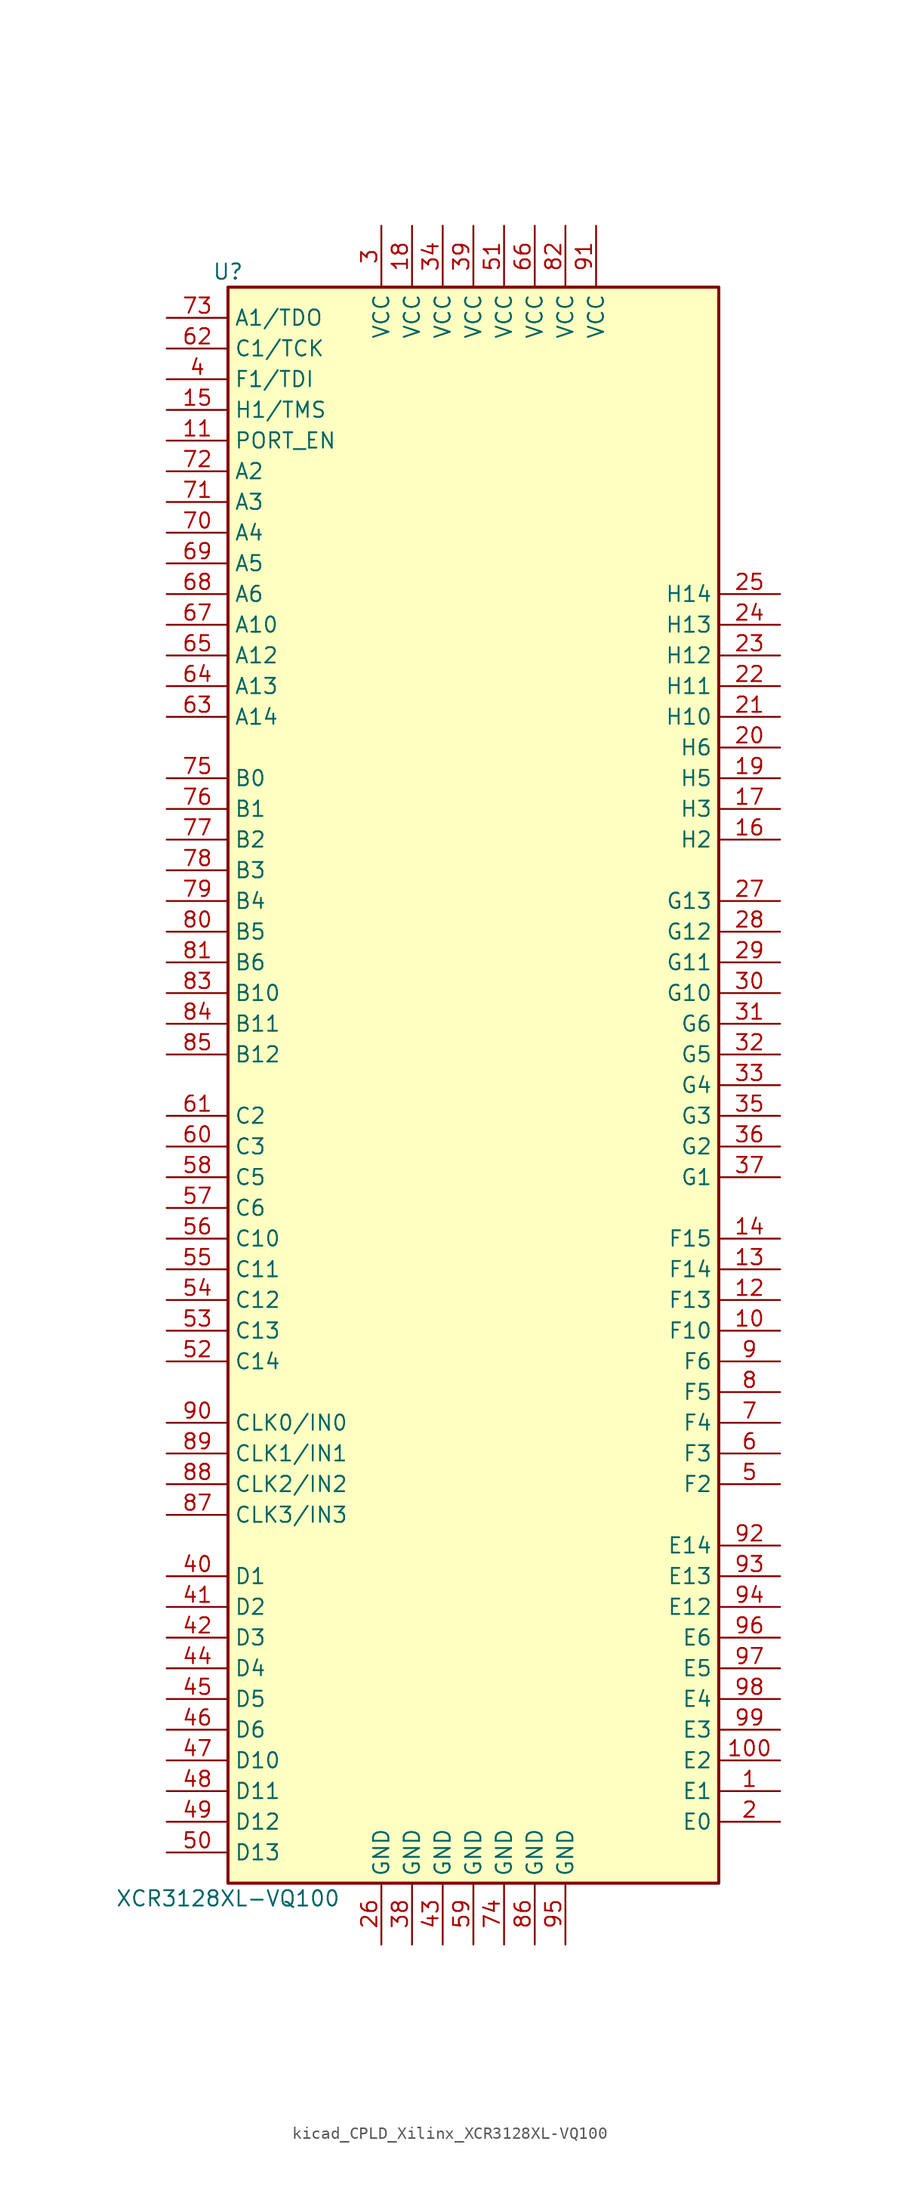
<source format=kicad_sym>
(kicad_symbol_lib
  (version 20220914)
  (generator kicad_symbol_editor)
  (symbol "kicad_CPLD_Xilinx_XCR3128XL-VQ100"
    (property "Reference" "U"
      (at -20.32 67.31 0)
      (effects (font (size 1.27 1.27))))
    (property "Value" "XCR3128XL-VQ100"
      (at -20.32 -67.31 0)
      (effects (font (size 1.27 1.27))))
    (symbol "kicad_CPLD_Xilinx_XCR3128XL-VQ100_1_1"
      (rectangle (start -20.32 66.04) (end 20.32 -66.04) (stroke (width 0.254) (type default)) (fill (type background)))
      (pin passive line (at 25.4 -58.42 180) (length 5.08) (name "E1" (effects (font (size 1.27 1.27)))) (number "1" (effects (font (size 1.27 1.27)))))
      (pin passive line (at 25.4 -20.32 180) (length 5.08) (name "F10" (effects (font (size 1.27 1.27)))) (number "10" (effects (font (size 1.27 1.27)))))
      (pin passive line (at 25.4 -55.88 180) (length 5.08) (name "E2" (effects (font (size 1.27 1.27)))) (number "100" (effects (font (size 1.27 1.27)))))
      (pin passive line (at -25.4 53.34 0) (length 5.08) (name "PORT_EN" (effects (font (size 1.27 1.27)))) (number "11" (effects (font (size 1.27 1.27)))))
      (pin passive line (at 25.4 -17.78 180) (length 5.08) (name "F13" (effects (font (size 1.27 1.27)))) (number "12" (effects (font (size 1.27 1.27)))))
      (pin passive line (at 25.4 -15.24 180) (length 5.08) (name "F14" (effects (font (size 1.27 1.27)))) (number "13" (effects (font (size 1.27 1.27)))))
      (pin passive line (at 25.4 -12.7 180) (length 5.08) (name "F15" (effects (font (size 1.27 1.27)))) (number "14" (effects (font (size 1.27 1.27)))))
      (pin passive line (at -25.4 55.88 0) (length 5.08) (name "H1/TMS" (effects (font (size 1.27 1.27)))) (number "15" (effects (font (size 1.27 1.27)))))
      (pin passive line (at 25.4 20.32 180) (length 5.08) (name "H2" (effects (font (size 1.27 1.27)))) (number "16" (effects (font (size 1.27 1.27)))))
      (pin passive line (at 25.4 22.86 180) (length 5.08) (name "H3" (effects (font (size 1.27 1.27)))) (number "17" (effects (font (size 1.27 1.27)))))
      (pin power_in line (at -5.08 71.12 270) (length 5.08) (name "VCC" (effects (font (size 1.27 1.27)))) (number "18" (effects (font (size 1.27 1.27)))))
      (pin passive line (at 25.4 25.4 180) (length 5.08) (name "H5" (effects (font (size 1.27 1.27)))) (number "19" (effects (font (size 1.27 1.27)))))
      (pin passive line (at 25.4 -60.96 180) (length 5.08) (name "E0" (effects (font (size 1.27 1.27)))) (number "2" (effects (font (size 1.27 1.27)))))
      (pin passive line (at 25.4 27.94 180) (length 5.08) (name "H6" (effects (font (size 1.27 1.27)))) (number "20" (effects (font (size 1.27 1.27)))))
      (pin passive line (at 25.4 30.48 180) (length 5.08) (name "H10" (effects (font (size 1.27 1.27)))) (number "21" (effects (font (size 1.27 1.27)))))
      (pin passive line (at 25.4 33.02 180) (length 5.08) (name "H11" (effects (font (size 1.27 1.27)))) (number "22" (effects (font (size 1.27 1.27)))))
      (pin passive line (at 25.4 35.56 180) (length 5.08) (name "H12" (effects (font (size 1.27 1.27)))) (number "23" (effects (font (size 1.27 1.27)))))
      (pin passive line (at 25.4 38.1 180) (length 5.08) (name "H13" (effects (font (size 1.27 1.27)))) (number "24" (effects (font (size 1.27 1.27)))))
      (pin passive line (at 25.4 40.64 180) (length 5.08) (name "H14" (effects (font (size 1.27 1.27)))) (number "25" (effects (font (size 1.27 1.27)))))
      (pin power_in line (at -7.62 -71.12 90) (length 5.08) (name "GND" (effects (font (size 1.27 1.27)))) (number "26" (effects (font (size 1.27 1.27)))))
      (pin passive line (at 25.4 15.24 180) (length 5.08) (name "G13" (effects (font (size 1.27 1.27)))) (number "27" (effects (font (size 1.27 1.27)))))
      (pin passive line (at 25.4 12.7 180) (length 5.08) (name "G12" (effects (font (size 1.27 1.27)))) (number "28" (effects (font (size 1.27 1.27)))))
      (pin passive line (at 25.4 10.16 180) (length 5.08) (name "G11" (effects (font (size 1.27 1.27)))) (number "29" (effects (font (size 1.27 1.27)))))
      (pin power_in line (at -7.62 71.12 270) (length 5.08) (name "VCC" (effects (font (size 1.27 1.27)))) (number "3" (effects (font (size 1.27 1.27)))))
      (pin passive line (at 25.4 7.62 180) (length 5.08) (name "G10" (effects (font (size 1.27 1.27)))) (number "30" (effects (font (size 1.27 1.27)))))
      (pin passive line (at 25.4 5.08 180) (length 5.08) (name "G6" (effects (font (size 1.27 1.27)))) (number "31" (effects (font (size 1.27 1.27)))))
      (pin passive line (at 25.4 2.54 180) (length 5.08) (name "G5" (effects (font (size 1.27 1.27)))) (number "32" (effects (font (size 1.27 1.27)))))
      (pin passive line (at 25.4 0 180) (length 5.08) (name "G4" (effects (font (size 1.27 1.27)))) (number "33" (effects (font (size 1.27 1.27)))))
      (pin power_in line (at -2.54 71.12 270) (length 5.08) (name "VCC" (effects (font (size 1.27 1.27)))) (number "34" (effects (font (size 1.27 1.27)))))
      (pin passive line (at 25.4 -2.54 180) (length 5.08) (name "G3" (effects (font (size 1.27 1.27)))) (number "35" (effects (font (size 1.27 1.27)))))
      (pin passive line (at 25.4 -5.08 180) (length 5.08) (name "G2" (effects (font (size 1.27 1.27)))) (number "36" (effects (font (size 1.27 1.27)))))
      (pin passive line (at 25.4 -7.62 180) (length 5.08) (name "G1" (effects (font (size 1.27 1.27)))) (number "37" (effects (font (size 1.27 1.27)))))
      (pin power_in line (at -5.08 -71.12 90) (length 5.08) (name "GND" (effects (font (size 1.27 1.27)))) (number "38" (effects (font (size 1.27 1.27)))))
      (pin power_in line (at 0 71.12 270) (length 5.08) (name "VCC" (effects (font (size 1.27 1.27)))) (number "39" (effects (font (size 1.27 1.27)))))
      (pin passive line (at -25.4 58.42 0) (length 5.08) (name "F1/TDI" (effects (font (size 1.27 1.27)))) (number "4" (effects (font (size 1.27 1.27)))))
      (pin passive line (at -25.4 -40.64 0) (length 5.08) (name "D1" (effects (font (size 1.27 1.27)))) (number "40" (effects (font (size 1.27 1.27)))))
      (pin passive line (at -25.4 -43.18 0) (length 5.08) (name "D2" (effects (font (size 1.27 1.27)))) (number "41" (effects (font (size 1.27 1.27)))))
      (pin passive line (at -25.4 -45.72 0) (length 5.08) (name "D3" (effects (font (size 1.27 1.27)))) (number "42" (effects (font (size 1.27 1.27)))))
      (pin power_in line (at -2.54 -71.12 90) (length 5.08) (name "GND" (effects (font (size 1.27 1.27)))) (number "43" (effects (font (size 1.27 1.27)))))
      (pin passive line (at -25.4 -48.26 0) (length 5.08) (name "D4" (effects (font (size 1.27 1.27)))) (number "44" (effects (font (size 1.27 1.27)))))
      (pin passive line (at -25.4 -50.8 0) (length 5.08) (name "D5" (effects (font (size 1.27 1.27)))) (number "45" (effects (font (size 1.27 1.27)))))
      (pin passive line (at -25.4 -53.34 0) (length 5.08) (name "D6" (effects (font (size 1.27 1.27)))) (number "46" (effects (font (size 1.27 1.27)))))
      (pin passive line (at -25.4 -55.88 0) (length 5.08) (name "D10" (effects (font (size 1.27 1.27)))) (number "47" (effects (font (size 1.27 1.27)))))
      (pin passive line (at -25.4 -58.42 0) (length 5.08) (name "D11" (effects (font (size 1.27 1.27)))) (number "48" (effects (font (size 1.27 1.27)))))
      (pin passive line (at -25.4 -60.96 0) (length 5.08) (name "D12" (effects (font (size 1.27 1.27)))) (number "49" (effects (font (size 1.27 1.27)))))
      (pin passive line (at 25.4 -33.02 180) (length 5.08) (name "F2" (effects (font (size 1.27 1.27)))) (number "5" (effects (font (size 1.27 1.27)))))
      (pin passive line (at -25.4 -63.5 0) (length 5.08) (name "D13" (effects (font (size 1.27 1.27)))) (number "50" (effects (font (size 1.27 1.27)))))
      (pin power_in line (at 2.54 71.12 270) (length 5.08) (name "VCC" (effects (font (size 1.27 1.27)))) (number "51" (effects (font (size 1.27 1.27)))))
      (pin passive line (at -25.4 -22.86 0) (length 5.08) (name "C14" (effects (font (size 1.27 1.27)))) (number "52" (effects (font (size 1.27 1.27)))))
      (pin passive line (at -25.4 -20.32 0) (length 5.08) (name "C13" (effects (font (size 1.27 1.27)))) (number "53" (effects (font (size 1.27 1.27)))))
      (pin passive line (at -25.4 -17.78 0) (length 5.08) (name "C12" (effects (font (size 1.27 1.27)))) (number "54" (effects (font (size 1.27 1.27)))))
      (pin passive line (at -25.4 -15.24 0) (length 5.08) (name "C11" (effects (font (size 1.27 1.27)))) (number "55" (effects (font (size 1.27 1.27)))))
      (pin passive line (at -25.4 -12.7 0) (length 5.08) (name "C10" (effects (font (size 1.27 1.27)))) (number "56" (effects (font (size 1.27 1.27)))))
      (pin passive line (at -25.4 -10.16 0) (length 5.08) (name "C6" (effects (font (size 1.27 1.27)))) (number "57" (effects (font (size 1.27 1.27)))))
      (pin passive line (at -25.4 -7.62 0) (length 5.08) (name "C5" (effects (font (size 1.27 1.27)))) (number "58" (effects (font (size 1.27 1.27)))))
      (pin power_in line (at 0 -71.12 90) (length 5.08) (name "GND" (effects (font (size 1.27 1.27)))) (number "59" (effects (font (size 1.27 1.27)))))
      (pin passive line (at 25.4 -30.48 180) (length 5.08) (name "F3" (effects (font (size 1.27 1.27)))) (number "6" (effects (font (size 1.27 1.27)))))
      (pin passive line (at -25.4 -5.08 0) (length 5.08) (name "C3" (effects (font (size 1.27 1.27)))) (number "60" (effects (font (size 1.27 1.27)))))
      (pin passive line (at -25.4 -2.54 0) (length 5.08) (name "C2" (effects (font (size 1.27 1.27)))) (number "61" (effects (font (size 1.27 1.27)))))
      (pin passive line (at -25.4 60.96 0) (length 5.08) (name "C1/TCK" (effects (font (size 1.27 1.27)))) (number "62" (effects (font (size 1.27 1.27)))))
      (pin passive line (at -25.4 30.48 0) (length 5.08) (name "A14" (effects (font (size 1.27 1.27)))) (number "63" (effects (font (size 1.27 1.27)))))
      (pin passive line (at -25.4 33.02 0) (length 5.08) (name "A13" (effects (font (size 1.27 1.27)))) (number "64" (effects (font (size 1.27 1.27)))))
      (pin passive line (at -25.4 35.56 0) (length 5.08) (name "A12" (effects (font (size 1.27 1.27)))) (number "65" (effects (font (size 1.27 1.27)))))
      (pin power_in line (at 5.08 71.12 270) (length 5.08) (name "VCC" (effects (font (size 1.27 1.27)))) (number "66" (effects (font (size 1.27 1.27)))))
      (pin passive line (at -25.4 38.1 0) (length 5.08) (name "A10" (effects (font (size 1.27 1.27)))) (number "67" (effects (font (size 1.27 1.27)))))
      (pin passive line (at -25.4 40.64 0) (length 5.08) (name "A6" (effects (font (size 1.27 1.27)))) (number "68" (effects (font (size 1.27 1.27)))))
      (pin passive line (at -25.4 43.18 0) (length 5.08) (name "A5" (effects (font (size 1.27 1.27)))) (number "69" (effects (font (size 1.27 1.27)))))
      (pin passive line (at 25.4 -27.94 180) (length 5.08) (name "F4" (effects (font (size 1.27 1.27)))) (number "7" (effects (font (size 1.27 1.27)))))
      (pin passive line (at -25.4 45.72 0) (length 5.08) (name "A4" (effects (font (size 1.27 1.27)))) (number "70" (effects (font (size 1.27 1.27)))))
      (pin passive line (at -25.4 48.26 0) (length 5.08) (name "A3" (effects (font (size 1.27 1.27)))) (number "71" (effects (font (size 1.27 1.27)))))
      (pin passive line (at -25.4 50.8 0) (length 5.08) (name "A2" (effects (font (size 1.27 1.27)))) (number "72" (effects (font (size 1.27 1.27)))))
      (pin passive line (at -25.4 63.5 0) (length 5.08) (name "A1/TDO" (effects (font (size 1.27 1.27)))) (number "73" (effects (font (size 1.27 1.27)))))
      (pin power_in line (at 2.54 -71.12 90) (length 5.08) (name "GND" (effects (font (size 1.27 1.27)))) (number "74" (effects (font (size 1.27 1.27)))))
      (pin passive line (at -25.4 25.4 0) (length 5.08) (name "B0" (effects (font (size 1.27 1.27)))) (number "75" (effects (font (size 1.27 1.27)))))
      (pin passive line (at -25.4 22.86 0) (length 5.08) (name "B1" (effects (font (size 1.27 1.27)))) (number "76" (effects (font (size 1.27 1.27)))))
      (pin passive line (at -25.4 20.32 0) (length 5.08) (name "B2" (effects (font (size 1.27 1.27)))) (number "77" (effects (font (size 1.27 1.27)))))
      (pin passive line (at -25.4 17.78 0) (length 5.08) (name "B3" (effects (font (size 1.27 1.27)))) (number "78" (effects (font (size 1.27 1.27)))))
      (pin passive line (at -25.4 15.24 0) (length 5.08) (name "B4" (effects (font (size 1.27 1.27)))) (number "79" (effects (font (size 1.27 1.27)))))
      (pin passive line (at 25.4 -25.4 180) (length 5.08) (name "F5" (effects (font (size 1.27 1.27)))) (number "8" (effects (font (size 1.27 1.27)))))
      (pin passive line (at -25.4 12.7 0) (length 5.08) (name "B5" (effects (font (size 1.27 1.27)))) (number "80" (effects (font (size 1.27 1.27)))))
      (pin passive line (at -25.4 10.16 0) (length 5.08) (name "B6" (effects (font (size 1.27 1.27)))) (number "81" (effects (font (size 1.27 1.27)))))
      (pin power_in line (at 7.62 71.12 270) (length 5.08) (name "VCC" (effects (font (size 1.27 1.27)))) (number "82" (effects (font (size 1.27 1.27)))))
      (pin passive line (at -25.4 7.62 0) (length 5.08) (name "B10" (effects (font (size 1.27 1.27)))) (number "83" (effects (font (size 1.27 1.27)))))
      (pin passive line (at -25.4 5.08 0) (length 5.08) (name "B11" (effects (font (size 1.27 1.27)))) (number "84" (effects (font (size 1.27 1.27)))))
      (pin passive line (at -25.4 2.54 0) (length 5.08) (name "B12" (effects (font (size 1.27 1.27)))) (number "85" (effects (font (size 1.27 1.27)))))
      (pin power_in line (at 5.08 -71.12 90) (length 5.08) (name "GND" (effects (font (size 1.27 1.27)))) (number "86" (effects (font (size 1.27 1.27)))))
      (pin input line (at -25.4 -35.56 0) (length 5.08) (name "CLK3/IN3" (effects (font (size 1.27 1.27)))) (number "87" (effects (font (size 1.27 1.27)))))
      (pin input line (at -25.4 -33.02 0) (length 5.08) (name "CLK2/IN2" (effects (font (size 1.27 1.27)))) (number "88" (effects (font (size 1.27 1.27)))))
      (pin input line (at -25.4 -30.48 0) (length 5.08) (name "CLK1/IN1" (effects (font (size 1.27 1.27)))) (number "89" (effects (font (size 1.27 1.27)))))
      (pin passive line (at 25.4 -22.86 180) (length 5.08) (name "F6" (effects (font (size 1.27 1.27)))) (number "9" (effects (font (size 1.27 1.27)))))
      (pin input line (at -25.4 -27.94 0) (length 5.08) (name "CLK0/IN0" (effects (font (size 1.27 1.27)))) (number "90" (effects (font (size 1.27 1.27)))))
      (pin power_in line (at 10.16 71.12 270) (length 5.08) (name "VCC" (effects (font (size 1.27 1.27)))) (number "91" (effects (font (size 1.27 1.27)))))
      (pin passive line (at 25.4 -38.1 180) (length 5.08) (name "E14" (effects (font (size 1.27 1.27)))) (number "92" (effects (font (size 1.27 1.27)))))
      (pin passive line (at 25.4 -40.64 180) (length 5.08) (name "E13" (effects (font (size 1.27 1.27)))) (number "93" (effects (font (size 1.27 1.27)))))
      (pin passive line (at 25.4 -43.18 180) (length 5.08) (name "E12" (effects (font (size 1.27 1.27)))) (number "94" (effects (font (size 1.27 1.27)))))
      (pin power_in line (at 7.62 -71.12 90) (length 5.08) (name "GND" (effects (font (size 1.27 1.27)))) (number "95" (effects (font (size 1.27 1.27)))))
      (pin passive line (at 25.4 -45.72 180) (length 5.08) (name "E6" (effects (font (size 1.27 1.27)))) (number "96" (effects (font (size 1.27 1.27)))))
      (pin passive line (at 25.4 -48.26 180) (length 5.08) (name "E5" (effects (font (size 1.27 1.27)))) (number "97" (effects (font (size 1.27 1.27)))))
      (pin passive line (at 25.4 -50.8 180) (length 5.08) (name "E4" (effects (font (size 1.27 1.27)))) (number "98" (effects (font (size 1.27 1.27)))))
      (pin passive line (at 25.4 -53.34 180) (length 5.08) (name "E3" (effects (font (size 1.27 1.27)))) (number "99" (effects (font (size 1.27 1.27))))))))
</source>
